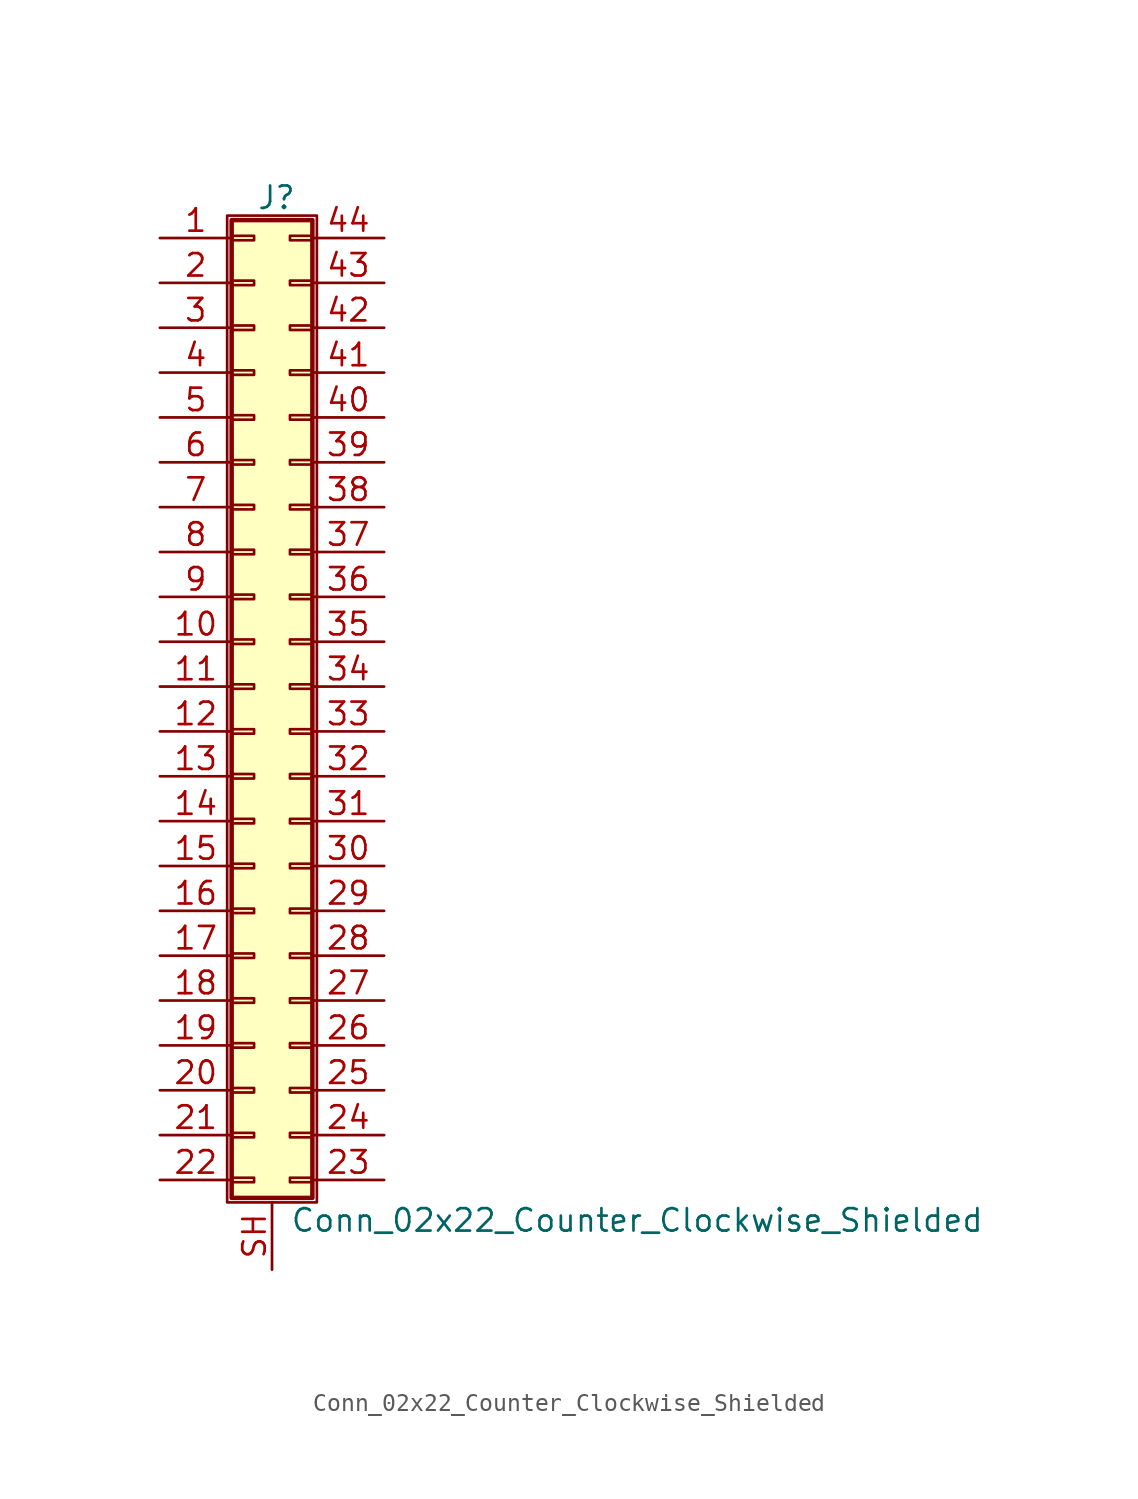
<source format=kicad_sym>
(kicad_symbol_lib
  (version 20201005)
  (generator kicad_symbol_editor)
  (symbol "Conn_02x22_Counter_Clockwise_Shielded"
    (pin_names
      (offset 1.016) hide)
    (property "Reference" "J"
      (at 1.524 27.686 0)
      (effects (font (size 1.27 1.27))))
    (property "Value" "Conn_02x22_Counter_Clockwise_Shielded"
      (at 2.286 -30.226 0)
      (effects (font (size 1.27 1.27)) (justify left)))
    (symbol "Conn_02x22_Counter_Clockwise_Shielded_1_1"
      (rectangle (start -1.27 26.67) (end 3.81 -29.21) (stroke (width 0.152)) (fill (type none)))
      (rectangle (start -1.016 -27.813) (end 0.254 -28.067) (stroke (width 0.152)) (fill (type none)))
      (rectangle (start -1.016 -25.273) (end 0.254 -25.527) (stroke (width 0.152)) (fill (type none)))
      (rectangle (start -1.016 -22.733) (end 0.254 -22.987) (stroke (width 0.152)) (fill (type none)))
      (rectangle (start -1.016 -20.193) (end 0.254 -20.447) (stroke (width 0.152)) (fill (type none)))
      (rectangle (start -1.016 -17.653) (end 0.254 -17.907) (stroke (width 0.152)) (fill (type none)))
      (rectangle (start -1.016 -15.113) (end 0.254 -15.367) (stroke (width 0.152)) (fill (type none)))
      (rectangle (start -1.016 -12.573) (end 0.254 -12.827) (stroke (width 0.152)) (fill (type none)))
      (rectangle (start -1.016 -10.033) (end 0.254 -10.287) (stroke (width 0.152)) (fill (type none)))
      (rectangle (start -1.016 -7.493) (end 0.254 -7.747) (stroke (width 0.152)) (fill (type none)))
      (rectangle (start -1.016 -4.953) (end 0.254 -5.207) (stroke (width 0.152)) (fill (type none)))
      (rectangle (start -1.016 -2.413) (end 0.254 -2.667) (stroke (width 0.152)) (fill (type none)))
      (rectangle (start -1.016 0.127) (end 0.254 -0.127) (stroke (width 0.152)) (fill (type none)))
      (rectangle (start -1.016 2.667) (end 0.254 2.413) (stroke (width 0.152)) (fill (type none)))
      (rectangle (start -1.016 5.207) (end 0.254 4.953) (stroke (width 0.152)) (fill (type none)))
      (rectangle (start -1.016 7.747) (end 0.254 7.493) (stroke (width 0.152)) (fill (type none)))
      (rectangle (start -1.016 10.287) (end 0.254 10.033) (stroke (width 0.152)) (fill (type none)))
      (rectangle (start -1.016 12.827) (end 0.254 12.573) (stroke (width 0.152)) (fill (type none)))
      (rectangle (start -1.016 15.367) (end 0.254 15.113) (stroke (width 0.152)) (fill (type none)))
      (rectangle (start -1.016 17.907) (end 0.254 17.653) (stroke (width 0.152)) (fill (type none)))
      (rectangle (start -1.016 20.447) (end 0.254 20.193) (stroke (width 0.152)) (fill (type none)))
      (rectangle (start -1.016 22.987) (end 0.254 22.733) (stroke (width 0.152)) (fill (type none)))
      (rectangle (start -1.016 25.527) (end 0.254 25.273) (stroke (width 0.152)) (fill (type none)))
      (rectangle (start 3.556 -27.813) (end 2.286 -28.067) (stroke (width 0.152)) (fill (type none)))
      (rectangle (start 3.556 -25.273) (end 2.286 -25.527) (stroke (width 0.152)) (fill (type none)))
      (rectangle (start 3.556 -22.733) (end 2.286 -22.987) (stroke (width 0.152)) (fill (type none)))
      (rectangle (start 3.556 -20.193) (end 2.286 -20.447) (stroke (width 0.152)) (fill (type none)))
      (rectangle (start 3.556 -17.653) (end 2.286 -17.907) (stroke (width 0.152)) (fill (type none)))
      (rectangle (start 3.556 -15.113) (end 2.286 -15.367) (stroke (width 0.152)) (fill (type none)))
      (rectangle (start 3.556 -12.573) (end 2.286 -12.827) (stroke (width 0.152)) (fill (type none)))
      (rectangle (start 3.556 -10.033) (end 2.286 -10.287) (stroke (width 0.152)) (fill (type none)))
      (rectangle (start 3.556 -7.493) (end 2.286 -7.747) (stroke (width 0.152)) (fill (type none)))
      (rectangle (start 3.556 -4.953) (end 2.286 -5.207) (stroke (width 0.152)) (fill (type none)))
      (rectangle (start 3.556 -2.413) (end 2.286 -2.667) (stroke (width 0.152)) (fill (type none)))
      (rectangle (start 3.556 0.127) (end 2.286 -0.127) (stroke (width 0.152)) (fill (type none)))
      (rectangle (start 3.556 2.667) (end 2.286 2.413) (stroke (width 0.152)) (fill (type none)))
      (rectangle (start 3.556 5.207) (end 2.286 4.953) (stroke (width 0.152)) (fill (type none)))
      (rectangle (start 3.556 7.747) (end 2.286 7.493) (stroke (width 0.152)) (fill (type none)))
      (rectangle (start 3.556 10.287) (end 2.286 10.033) (stroke (width 0.152)) (fill (type none)))
      (rectangle (start 3.556 12.827) (end 2.286 12.573) (stroke (width 0.152)) (fill (type none)))
      (rectangle (start 3.556 15.367) (end 2.286 15.113) (stroke (width 0.152)) (fill (type none)))
      (rectangle (start 3.556 17.907) (end 2.286 17.653) (stroke (width 0.152)) (fill (type none)))
      (rectangle (start 3.556 20.447) (end 2.286 20.193) (stroke (width 0.152)) (fill (type none)))
      (rectangle (start 3.556 22.987) (end 2.286 22.733) (stroke (width 0.152)) (fill (type none)))
      (rectangle (start 3.556 25.527) (end 2.286 25.273) (stroke (width 0.152)) (fill (type none)))
      (rectangle (start -1.016 26.416) (end 3.556 -28.956) (stroke (width 0.254)) (fill (type background)))
      (pin passive line (at -5.08 25.4 0) (length 4.064) (name "Pin_1" (effects (font (size 1.27 1.27)))) (number "1" (effects (font (size 1.27 1.27)))))
      (pin passive line (at -5.08 2.54 0) (length 4.064) (name "Pin_10" (effects (font (size 1.27 1.27)))) (number "10" (effects (font (size 1.27 1.27)))))
      (pin passive line (at -5.08 0 0) (length 4.064) (name "Pin_11" (effects (font (size 1.27 1.27)))) (number "11" (effects (font (size 1.27 1.27)))))
      (pin passive line (at -5.08 -2.54 0) (length 4.064) (name "Pin_12" (effects (font (size 1.27 1.27)))) (number "12" (effects (font (size 1.27 1.27)))))
      (pin passive line (at -5.08 -5.08 0) (length 4.064) (name "Pin_13" (effects (font (size 1.27 1.27)))) (number "13" (effects (font (size 1.27 1.27)))))
      (pin passive line (at -5.08 -7.62 0) (length 4.064) (name "Pin_14" (effects (font (size 1.27 1.27)))) (number "14" (effects (font (size 1.27 1.27)))))
      (pin passive line (at -5.08 -10.16 0) (length 4.064) (name "Pin_15" (effects (font (size 1.27 1.27)))) (number "15" (effects (font (size 1.27 1.27)))))
      (pin passive line (at -5.08 -12.7 0) (length 4.064) (name "Pin_16" (effects (font (size 1.27 1.27)))) (number "16" (effects (font (size 1.27 1.27)))))
      (pin passive line (at -5.08 -15.24 0) (length 4.064) (name "Pin_17" (effects (font (size 1.27 1.27)))) (number "17" (effects (font (size 1.27 1.27)))))
      (pin passive line (at -5.08 -17.78 0) (length 4.064) (name "Pin_18" (effects (font (size 1.27 1.27)))) (number "18" (effects (font (size 1.27 1.27)))))
      (pin passive line (at -5.08 -20.32 0) (length 4.064) (name "Pin_19" (effects (font (size 1.27 1.27)))) (number "19" (effects (font (size 1.27 1.27)))))
      (pin passive line (at -5.08 22.86 0) (length 4.064) (name "Pin_2" (effects (font (size 1.27 1.27)))) (number "2" (effects (font (size 1.27 1.27)))))
      (pin passive line (at -5.08 -22.86 0) (length 4.064) (name "Pin_20" (effects (font (size 1.27 1.27)))) (number "20" (effects (font (size 1.27 1.27)))))
      (pin passive line (at -5.08 -25.4 0) (length 4.064) (name "Pin_21" (effects (font (size 1.27 1.27)))) (number "21" (effects (font (size 1.27 1.27)))))
      (pin passive line (at -5.08 -27.94 0) (length 4.064) (name "Pin_22" (effects (font (size 1.27 1.27)))) (number "22" (effects (font (size 1.27 1.27)))))
      (pin passive line (at 7.62 -27.94 180) (length 4.064) (name "Pin_23" (effects (font (size 1.27 1.27)))) (number "23" (effects (font (size 1.27 1.27)))))
      (pin passive line (at 7.62 -25.4 180) (length 4.064) (name "Pin_24" (effects (font (size 1.27 1.27)))) (number "24" (effects (font (size 1.27 1.27)))))
      (pin passive line (at 7.62 -22.86 180) (length 4.064) (name "Pin_25" (effects (font (size 1.27 1.27)))) (number "25" (effects (font (size 1.27 1.27)))))
      (pin passive line (at 7.62 -20.32 180) (length 4.064) (name "Pin_26" (effects (font (size 1.27 1.27)))) (number "26" (effects (font (size 1.27 1.27)))))
      (pin passive line (at 7.62 -17.78 180) (length 4.064) (name "Pin_27" (effects (font (size 1.27 1.27)))) (number "27" (effects (font (size 1.27 1.27)))))
      (pin passive line (at 7.62 -15.24 180) (length 4.064) (name "Pin_28" (effects (font (size 1.27 1.27)))) (number "28" (effects (font (size 1.27 1.27)))))
      (pin passive line (at 7.62 -12.7 180) (length 4.064) (name "Pin_29" (effects (font (size 1.27 1.27)))) (number "29" (effects (font (size 1.27 1.27)))))
      (pin passive line (at -5.08 20.32 0) (length 4.064) (name "Pin_3" (effects (font (size 1.27 1.27)))) (number "3" (effects (font (size 1.27 1.27)))))
      (pin passive line (at 7.62 -10.16 180) (length 4.064) (name "Pin_30" (effects (font (size 1.27 1.27)))) (number "30" (effects (font (size 1.27 1.27)))))
      (pin passive line (at 7.62 -7.62 180) (length 4.064) (name "Pin_31" (effects (font (size 1.27 1.27)))) (number "31" (effects (font (size 1.27 1.27)))))
      (pin passive line (at 7.62 -5.08 180) (length 4.064) (name "Pin_32" (effects (font (size 1.27 1.27)))) (number "32" (effects (font (size 1.27 1.27)))))
      (pin passive line (at 7.62 -2.54 180) (length 4.064) (name "Pin_33" (effects (font (size 1.27 1.27)))) (number "33" (effects (font (size 1.27 1.27)))))
      (pin passive line (at 7.62 0 180) (length 4.064) (name "Pin_34" (effects (font (size 1.27 1.27)))) (number "34" (effects (font (size 1.27 1.27)))))
      (pin passive line (at 7.62 2.54 180) (length 4.064) (name "Pin_35" (effects (font (size 1.27 1.27)))) (number "35" (effects (font (size 1.27 1.27)))))
      (pin passive line (at 7.62 5.08 180) (length 4.064) (name "Pin_36" (effects (font (size 1.27 1.27)))) (number "36" (effects (font (size 1.27 1.27)))))
      (pin passive line (at 7.62 7.62 180) (length 4.064) (name "Pin_37" (effects (font (size 1.27 1.27)))) (number "37" (effects (font (size 1.27 1.27)))))
      (pin passive line (at 7.62 10.16 180) (length 4.064) (name "Pin_38" (effects (font (size 1.27 1.27)))) (number "38" (effects (font (size 1.27 1.27)))))
      (pin passive line (at 7.62 12.7 180) (length 4.064) (name "Pin_39" (effects (font (size 1.27 1.27)))) (number "39" (effects (font (size 1.27 1.27)))))
      (pin passive line (at -5.08 17.78 0) (length 4.064) (name "Pin_4" (effects (font (size 1.27 1.27)))) (number "4" (effects (font (size 1.27 1.27)))))
      (pin passive line (at 7.62 15.24 180) (length 4.064) (name "Pin_40" (effects (font (size 1.27 1.27)))) (number "40" (effects (font (size 1.27 1.27)))))
      (pin passive line (at 7.62 17.78 180) (length 4.064) (name "Pin_41" (effects (font (size 1.27 1.27)))) (number "41" (effects (font (size 1.27 1.27)))))
      (pin passive line (at 7.62 20.32 180) (length 4.064) (name "Pin_42" (effects (font (size 1.27 1.27)))) (number "42" (effects (font (size 1.27 1.27)))))
      (pin passive line (at 7.62 22.86 180) (length 4.064) (name "Pin_43" (effects (font (size 1.27 1.27)))) (number "43" (effects (font (size 1.27 1.27)))))
      (pin passive line (at 7.62 25.4 180) (length 4.064) (name "Pin_44" (effects (font (size 1.27 1.27)))) (number "44" (effects (font (size 1.27 1.27)))))
      (pin passive line (at -5.08 15.24 0) (length 4.064) (name "Pin_5" (effects (font (size 1.27 1.27)))) (number "5" (effects (font (size 1.27 1.27)))))
      (pin passive line (at -5.08 12.7 0) (length 4.064) (name "Pin_6" (effects (font (size 1.27 1.27)))) (number "6" (effects (font (size 1.27 1.27)))))
      (pin passive line (at -5.08 10.16 0) (length 4.064) (name "Pin_7" (effects (font (size 1.27 1.27)))) (number "7" (effects (font (size 1.27 1.27)))))
      (pin passive line (at -5.08 7.62 0) (length 4.064) (name "Pin_8" (effects (font (size 1.27 1.27)))) (number "8" (effects (font (size 1.27 1.27)))))
      (pin passive line (at -5.08 5.08 0) (length 4.064) (name "Pin_9" (effects (font (size 1.27 1.27)))) (number "9" (effects (font (size 1.27 1.27)))))
      (pin passive line (at 1.27 -33.02 90) (length 3.81) (name "Shield" (effects (font (size 1.27 1.27)))) (number "SH" (effects (font (size 1.27 1.27))))))))
</source>
